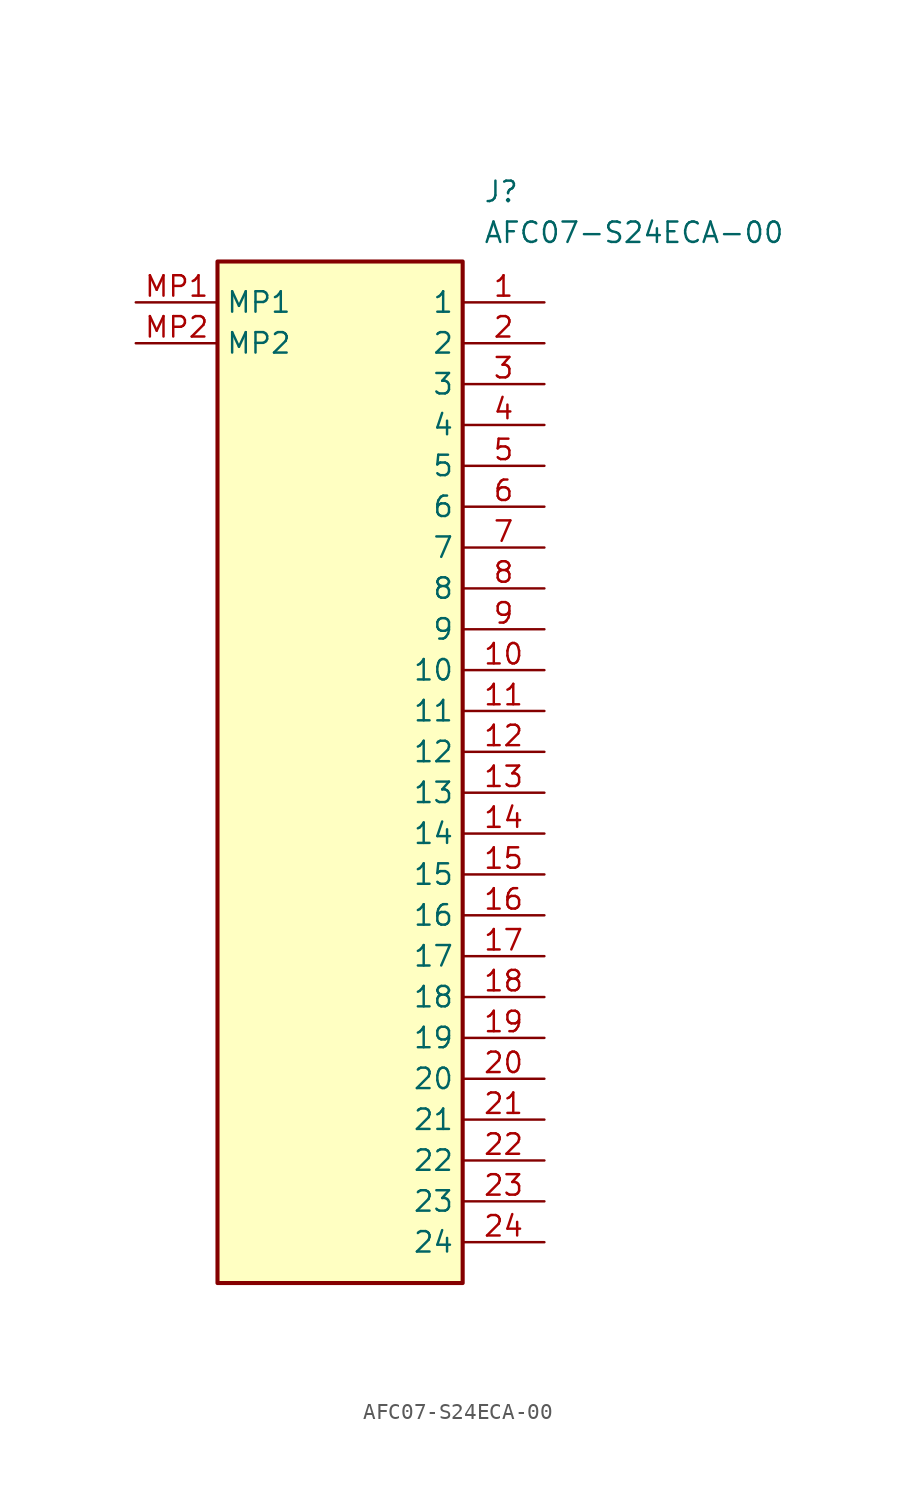
<source format=kicad_sym>
(kicad_symbol_lib
  (version 20211014)
  (generator SamacSys_ECAD_Model)
  (symbol "AFC07-S24ECA-00"
    (property "Reference" "J"
      (at 21.59 7.62 0)
      (effects (font (size 1.27 1.27)) (justify left top)))
    (property "Value" "AFC07-S24ECA-00"
      (at 21.59 5.08 0)
      (effects (font (size 1.27 1.27)) (justify left top)))
    (rectangle
      (start 5.08 2.54)
      (end 20.32 -60.96)
      (stroke (width 0.254) (type default))
      (fill (type background)))
    (pin passive line
      (at 25.4 0 180)
      (length 5.08)
      (name "1" (effects (font (size 1.27 1.27))))
      (number "1" (effects (font (size 1.27 1.27)))))
    (pin passive line
      (at 25.4 -2.54 180)
      (length 5.08)
      (name "2" (effects (font (size 1.27 1.27))))
      (number "2" (effects (font (size 1.27 1.27)))))
    (pin passive line
      (at 25.4 -5.08 180)
      (length 5.08)
      (name "3" (effects (font (size 1.27 1.27))))
      (number "3" (effects (font (size 1.27 1.27)))))
    (pin passive line
      (at 25.4 -7.62 180)
      (length 5.08)
      (name "4" (effects (font (size 1.27 1.27))))
      (number "4" (effects (font (size 1.27 1.27)))))
    (pin passive line
      (at 25.4 -10.16 180)
      (length 5.08)
      (name "5" (effects (font (size 1.27 1.27))))
      (number "5" (effects (font (size 1.27 1.27)))))
    (pin passive line
      (at 25.4 -12.7 180)
      (length 5.08)
      (name "6" (effects (font (size 1.27 1.27))))
      (number "6" (effects (font (size 1.27 1.27)))))
    (pin passive line
      (at 25.4 -15.24 180)
      (length 5.08)
      (name "7" (effects (font (size 1.27 1.27))))
      (number "7" (effects (font (size 1.27 1.27)))))
    (pin passive line
      (at 25.4 -17.78 180)
      (length 5.08)
      (name "8" (effects (font (size 1.27 1.27))))
      (number "8" (effects (font (size 1.27 1.27)))))
    (pin passive line
      (at 25.4 -20.32 180)
      (length 5.08)
      (name "9" (effects (font (size 1.27 1.27))))
      (number "9" (effects (font (size 1.27 1.27)))))
    (pin passive line
      (at 25.4 -22.86 180)
      (length 5.08)
      (name "10" (effects (font (size 1.27 1.27))))
      (number "10" (effects (font (size 1.27 1.27)))))
    (pin passive line
      (at 25.4 -25.4 180)
      (length 5.08)
      (name "11" (effects (font (size 1.27 1.27))))
      (number "11" (effects (font (size 1.27 1.27)))))
    (pin passive line
      (at 25.4 -27.94 180)
      (length 5.08)
      (name "12" (effects (font (size 1.27 1.27))))
      (number "12" (effects (font (size 1.27 1.27)))))
    (pin passive line
      (at 25.4 -30.48 180)
      (length 5.08)
      (name "13" (effects (font (size 1.27 1.27))))
      (number "13" (effects (font (size 1.27 1.27)))))
    (pin passive line
      (at 25.4 -33.02 180)
      (length 5.08)
      (name "14" (effects (font (size 1.27 1.27))))
      (number "14" (effects (font (size 1.27 1.27)))))
    (pin passive line
      (at 25.4 -35.56 180)
      (length 5.08)
      (name "15" (effects (font (size 1.27 1.27))))
      (number "15" (effects (font (size 1.27 1.27)))))
    (pin passive line
      (at 25.4 -38.1 180)
      (length 5.08)
      (name "16" (effects (font (size 1.27 1.27))))
      (number "16" (effects (font (size 1.27 1.27)))))
    (pin passive line
      (at 25.4 -40.64 180)
      (length 5.08)
      (name "17" (effects (font (size 1.27 1.27))))
      (number "17" (effects (font (size 1.27 1.27)))))
    (pin passive line
      (at 25.4 -43.18 180)
      (length 5.08)
      (name "18" (effects (font (size 1.27 1.27))))
      (number "18" (effects (font (size 1.27 1.27)))))
    (pin passive line
      (at 25.4 -45.72 180)
      (length 5.08)
      (name "19" (effects (font (size 1.27 1.27))))
      (number "19" (effects (font (size 1.27 1.27)))))
    (pin passive line
      (at 25.4 -48.26 180)
      (length 5.08)
      (name "20" (effects (font (size 1.27 1.27))))
      (number "20" (effects (font (size 1.27 1.27)))))
    (pin passive line
      (at 25.4 -50.8 180)
      (length 5.08)
      (name "21" (effects (font (size 1.27 1.27))))
      (number "21" (effects (font (size 1.27 1.27)))))
    (pin passive line
      (at 25.4 -53.34 180)
      (length 5.08)
      (name "22" (effects (font (size 1.27 1.27))))
      (number "22" (effects (font (size 1.27 1.27)))))
    (pin passive line
      (at 25.4 -55.88 180)
      (length 5.08)
      (name "23" (effects (font (size 1.27 1.27))))
      (number "23" (effects (font (size 1.27 1.27)))))
    (pin passive line
      (at 25.4 -58.42 180)
      (length 5.08)
      (name "24" (effects (font (size 1.27 1.27))))
      (number "24" (effects (font (size 1.27 1.27)))))
    (pin passive line
      (at 0 0 0)
      (length 5.08)
      (name "MP1" (effects (font (size 1.27 1.27))))
      (number "MP1" (effects (font (size 1.27 1.27)))))
    (pin passive line
      (at 0 -2.54 0)
      (length 5.08)
      (name "MP2" (effects (font (size 1.27 1.27))))
      (number "MP2" (effects (font (size 1.27 1.27)))))))
</source>
